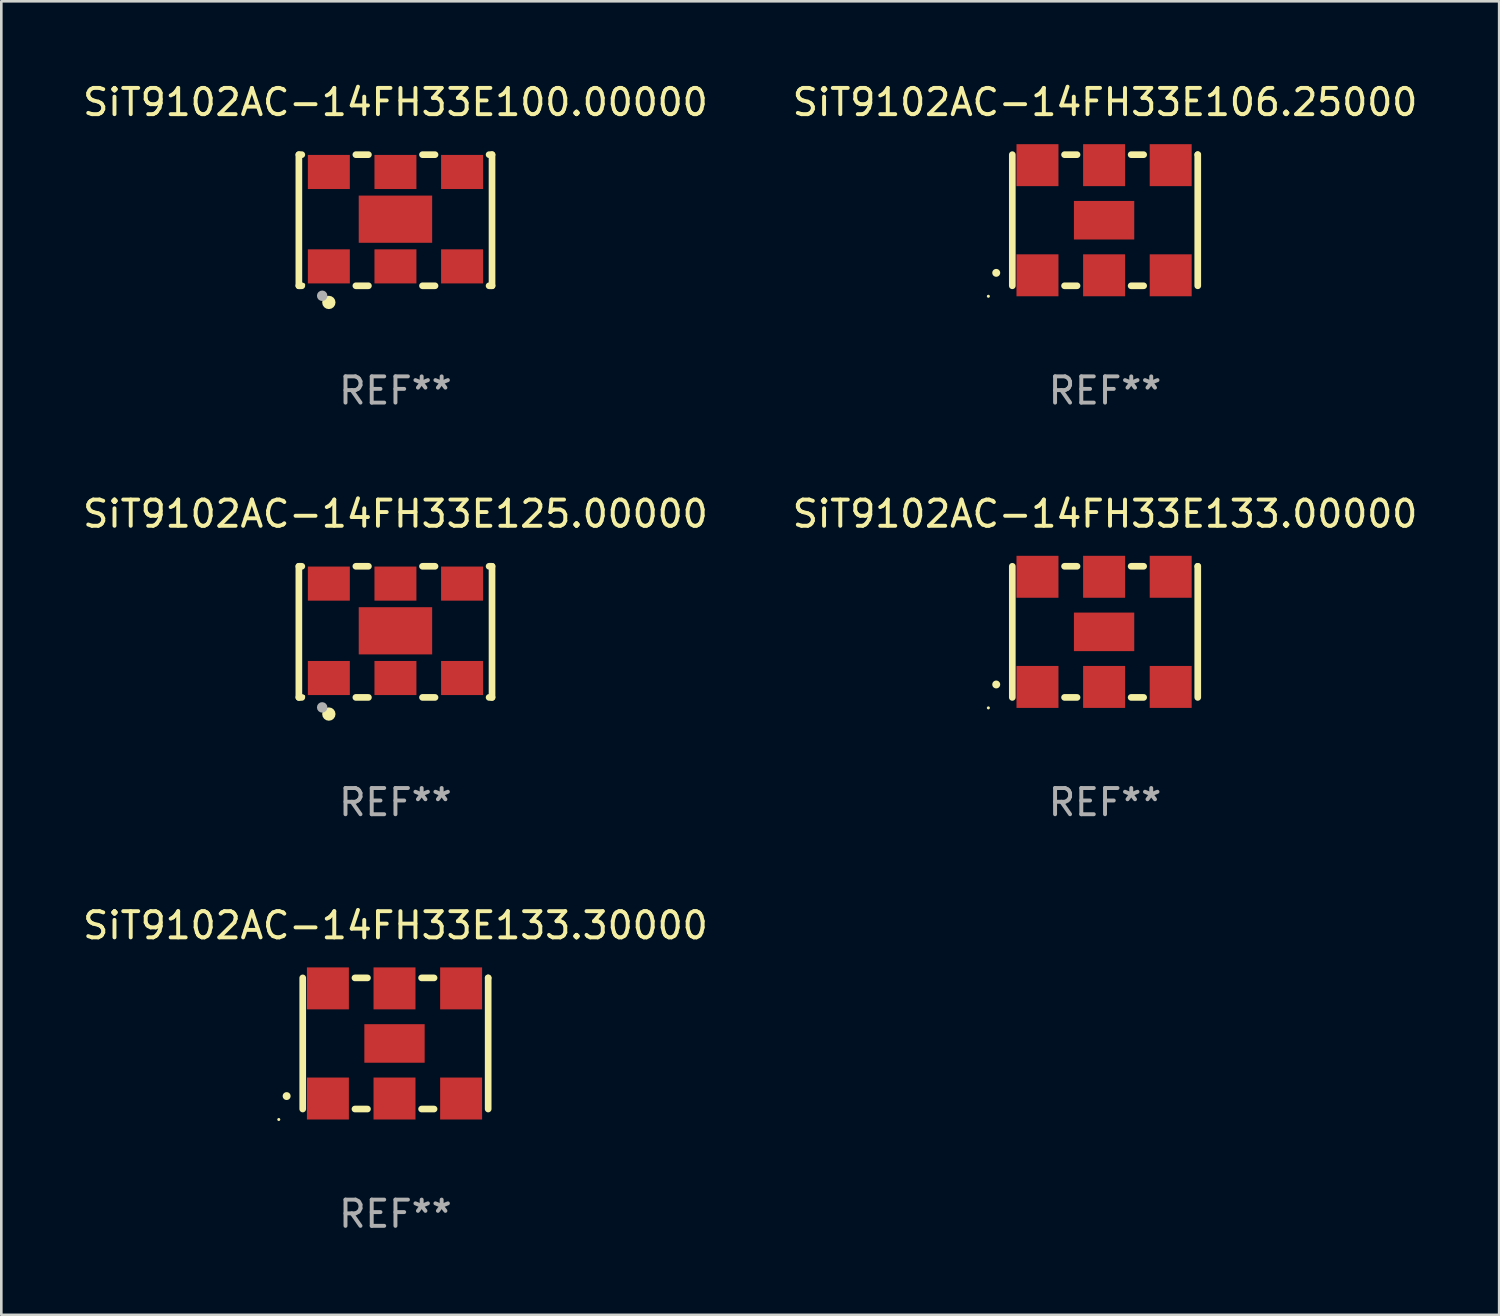
<source format=kicad_pcb>
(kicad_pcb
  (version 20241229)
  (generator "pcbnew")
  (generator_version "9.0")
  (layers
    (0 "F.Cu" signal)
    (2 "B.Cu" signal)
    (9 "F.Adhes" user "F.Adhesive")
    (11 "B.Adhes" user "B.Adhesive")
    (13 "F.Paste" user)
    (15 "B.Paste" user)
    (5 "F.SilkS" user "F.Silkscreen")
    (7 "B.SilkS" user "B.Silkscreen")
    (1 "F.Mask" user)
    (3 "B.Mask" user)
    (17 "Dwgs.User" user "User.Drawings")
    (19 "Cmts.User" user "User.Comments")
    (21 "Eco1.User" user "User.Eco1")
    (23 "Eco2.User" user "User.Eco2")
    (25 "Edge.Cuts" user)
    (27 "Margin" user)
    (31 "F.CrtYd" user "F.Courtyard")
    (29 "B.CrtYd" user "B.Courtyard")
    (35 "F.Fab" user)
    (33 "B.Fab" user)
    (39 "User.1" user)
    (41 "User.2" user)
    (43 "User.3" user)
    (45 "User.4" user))
  (footprint "SiT9102AC-14FH33E133.30000"
    (layer "F.Cu")
    (at 12.03 36.741)
    (property "Reference" "SiT9102AC-14FH33E133.30000" (at 0 -4.5 0) (layer "F.SilkS") (effects (font (size 1 1) (thickness 0.15))))
    (attr through_hole)
    (fp_line (start -3.536 -2.5) (end -3.536 2.5) (stroke (width 0.254) (type solid)) (layer "F.SilkS"))
    (fp_line (start -1.544 2.5) (end -1.067 2.5) (stroke (width 0.254) (type solid)) (layer "F.SilkS"))
    (fp_line (start -1.067 -2.5) (end -1.544 -2.5) (stroke (width 0.254) (type solid)) (layer "F.SilkS"))
    (fp_line (start 0.996 2.5) (end 1.473 2.5) (stroke (width 0.254) (type solid)) (layer "F.SilkS"))
    (fp_line (start 1.473 -2.5) (end 0.996 -2.5) (stroke (width 0.254) (type solid)) (layer "F.SilkS"))
    (fp_line (start 3.536 -2.5) (end 3.536 -2.5) (stroke (width 0.254) (type solid)) (layer "F.SilkS"))
    (fp_line (start 3.536 2.5) (end 3.536 -2.5) (stroke (width 0.254) (type solid)) (layer "F.SilkS"))
    (fp_arc (start -4.150432 2.006604) (mid -4.149162 2.006599) (end -4.147892 2.006604) (stroke (width 0.3) (type solid)) (layer "F.SilkS"))
    (fp_circle (center -4.449 2.9) (end -4.419 2.9) (stroke (width 0.06) (type solid)) (fill no) (layer "F.SilkS"))
    (fp_text user "REF**" (at 0 6.5 0) (layer "F.Fab") (effects (font (size 1 1) (thickness 0.15))))
    (pad "1" smd rect (at -2.576 2.1) (size 1.6 1.6) (layers "F.Cu" "F.Mask" "F.Paste"))
    (pad "2" smd rect (at -0.036 2.1) (size 1.6 1.6) (layers "F.Cu" "F.Mask" "F.Paste"))
    (pad "3" smd rect (at 2.504 2.1) (size 1.6 1.6) (layers "F.Cu" "F.Mask" "F.Paste"))
    (pad "4" smd rect (at 2.504 -2.1) (size 1.6 1.6) (layers "F.Cu" "F.Mask" "F.Paste"))
    (pad "5" smd rect (at -0.036 -2.1) (size 1.6 1.6) (layers "F.Cu" "F.Mask" "F.Paste"))
    (pad "6" smd rect (at -2.576 -2.1) (size 1.6 1.6) (layers "F.Cu" "F.Mask" "F.Paste"))
    (pad "7" smd rect (at -0.036 0) (size 2.3 1.47) (layers "F.Cu" "F.Mask" "F.Paste")))
  (footprint "SiT9102AC-14FH33E106.25000"
    (layer "F.Cu")
    (at 39.089 5.348)
    (property "Reference" "SiT9102AC-14FH33E106.25000" (at 0 -4.5 0) (layer "F.SilkS") (effects (font (size 1 1) (thickness 0.15))))
    (attr through_hole)
    (fp_line (start -3.536 -2.5) (end -3.536 2.5) (stroke (width 0.254) (type solid)) (layer "F.SilkS"))
    (fp_line (start -1.544 2.5) (end -1.067 2.5) (stroke (width 0.254) (type solid)) (layer "F.SilkS"))
    (fp_line (start -1.067 -2.5) (end -1.544 -2.5) (stroke (width 0.254) (type solid)) (layer "F.SilkS"))
    (fp_line (start 0.996 2.5) (end 1.473 2.5) (stroke (width 0.254) (type solid)) (layer "F.SilkS"))
    (fp_line (start 1.473 -2.5) (end 0.996 -2.5) (stroke (width 0.254) (type solid)) (layer "F.SilkS"))
    (fp_line (start 3.536 -2.5) (end 3.536 -2.5) (stroke (width 0.254) (type solid)) (layer "F.SilkS"))
    (fp_line (start 3.536 2.5) (end 3.536 -2.5) (stroke (width 0.254) (type solid)) (layer "F.SilkS"))
    (fp_arc (start -4.150432 2.006604) (mid -4.149162 2.006599) (end -4.147892 2.006604) (stroke (width 0.3) (type solid)) (layer "F.SilkS"))
    (fp_circle (center -4.449 2.9) (end -4.419 2.9) (stroke (width 0.06) (type solid)) (fill no) (layer "F.SilkS"))
    (fp_text user "REF**" (at 0 6.5 0) (layer "F.Fab") (effects (font (size 1 1) (thickness 0.15))))
    (pad "1" smd rect (at -2.576 2.1) (size 1.6 1.6) (layers "F.Cu" "F.Mask" "F.Paste"))
    (pad "2" smd rect (at -0.036 2.1) (size 1.6 1.6) (layers "F.Cu" "F.Mask" "F.Paste"))
    (pad "3" smd rect (at 2.504 2.1) (size 1.6 1.6) (layers "F.Cu" "F.Mask" "F.Paste"))
    (pad "4" smd rect (at 2.504 -2.1) (size 1.6 1.6) (layers "F.Cu" "F.Mask" "F.Paste"))
    (pad "5" smd rect (at -0.036 -2.1) (size 1.6 1.6) (layers "F.Cu" "F.Mask" "F.Paste"))
    (pad "6" smd rect (at -2.576 -2.1) (size 1.6 1.6) (layers "F.Cu" "F.Mask" "F.Paste"))
    (pad "7" smd rect (at -0.036 0) (size 2.3 1.47) (layers "F.Cu" "F.Mask" "F.Paste")))
  (footprint "SiT9102AC-14FH33E133.00000"
    (layer "F.Cu")
    (at 39.089 21.045)
    (property "Reference" "SiT9102AC-14FH33E133.00000" (at 0 -4.5 0) (layer "F.SilkS") (effects (font (size 1 1) (thickness 0.15))))
    (attr through_hole)
    (fp_line (start -3.536 -2.5) (end -3.536 2.5) (stroke (width 0.254) (type solid)) (layer "F.SilkS"))
    (fp_line (start -1.544 2.5) (end -1.067 2.5) (stroke (width 0.254) (type solid)) (layer "F.SilkS"))
    (fp_line (start -1.067 -2.5) (end -1.544 -2.5) (stroke (width 0.254) (type solid)) (layer "F.SilkS"))
    (fp_line (start 0.996 2.5) (end 1.473 2.5) (stroke (width 0.254) (type solid)) (layer "F.SilkS"))
    (fp_line (start 1.473 -2.5) (end 0.996 -2.5) (stroke (width 0.254) (type solid)) (layer "F.SilkS"))
    (fp_line (start 3.536 -2.5) (end 3.536 -2.5) (stroke (width 0.254) (type solid)) (layer "F.SilkS"))
    (fp_line (start 3.536 2.5) (end 3.536 -2.5) (stroke (width 0.254) (type solid)) (layer "F.SilkS"))
    (fp_arc (start -4.150432 2.006604) (mid -4.149162 2.006599) (end -4.147892 2.006604) (stroke (width 0.3) (type solid)) (layer "F.SilkS"))
    (fp_circle (center -4.449 2.9) (end -4.419 2.9) (stroke (width 0.06) (type solid)) (fill no) (layer "F.SilkS"))
    (fp_text user "REF**" (at 0 6.5 0) (layer "F.Fab") (effects (font (size 1 1) (thickness 0.15))))
    (pad "1" smd rect (at -2.576 2.1) (size 1.6 1.6) (layers "F.Cu" "F.Mask" "F.Paste"))
    (pad "2" smd rect (at -0.036 2.1) (size 1.6 1.6) (layers "F.Cu" "F.Mask" "F.Paste"))
    (pad "3" smd rect (at 2.504 2.1) (size 1.6 1.6) (layers "F.Cu" "F.Mask" "F.Paste"))
    (pad "4" smd rect (at 2.504 -2.1) (size 1.6 1.6) (layers "F.Cu" "F.Mask" "F.Paste"))
    (pad "5" smd rect (at -0.036 -2.1) (size 1.6 1.6) (layers "F.Cu" "F.Mask" "F.Paste"))
    (pad "6" smd rect (at -2.576 -2.1) (size 1.6 1.6) (layers "F.Cu" "F.Mask" "F.Paste"))
    (pad "7" smd rect (at -0.036 0) (size 2.3 1.47) (layers "F.Cu" "F.Mask" "F.Paste")))
  (footprint "SiT9102AC-14FH33E125.00000"
    (layer "F.Cu")
    (at 12.03 21.045)
    (property "Reference" "SiT9102AC-14FH33E125.00000" (at 0 -4.5 0) (layer "F.SilkS") (effects (font (size 1 1) (thickness 0.15))))
    (attr through_hole)
    (fp_line (start -3.683 -2.5) (end -3.571 -2.5) (stroke (width 0.254) (type solid)) (layer "F.SilkS"))
    (fp_line (start -3.683 2.5) (end -3.683 -2.5) (stroke (width 0.254) (type solid)) (layer "F.SilkS"))
    (fp_line (start -3.683 2.5) (end -3.571 2.5) (stroke (width 0.254) (type solid)) (layer "F.SilkS"))
    (fp_line (start -1.509 -2.5) (end -1.031 -2.5) (stroke (width 0.254) (type solid)) (layer "F.SilkS"))
    (fp_line (start -1.509 2.5) (end -1.031 2.5) (stroke (width 0.254) (type solid)) (layer "F.SilkS"))
    (fp_line (start 1.031 -2.5) (end 1.509 -2.5) (stroke (width 0.254) (type solid)) (layer "F.SilkS"))
    (fp_line (start 1.031 2.5) (end 1.509 2.5) (stroke (width 0.254) (type solid)) (layer "F.SilkS"))
    (fp_line (start 3.571 -2.5) (end 3.683 -2.5) (stroke (width 0.254) (type solid)) (layer "F.SilkS"))
    (fp_line (start 3.571 2.5) (end 3.683 2.5) (stroke (width 0.254) (type solid)) (layer "F.SilkS"))
    (fp_line (start 3.683 2.5) (end 3.683 -2.5) (stroke (width 0.254) (type solid)) (layer "F.SilkS"))
    (fp_circle (center -3.5 2.46) (end -3.47 2.46) (stroke (width 0.06) (type solid)) (fill no) (layer "F.SilkS"))
    (fp_circle (center -2.54 3.135) (end -2.413 3.135) (stroke (width 0.254) (type solid)) (fill no) (layer "F.SilkS"))
    (fp_circle (center -2.794 2.881) (end -2.694 2.881) (stroke (width 0.2) (type solid)) (fill no) (layer "F.Fab"))
    (fp_text user "REF**" (at 0 6.5 0) (layer "F.Fab") (effects (font (size 1 1) (thickness 0.15))))
    (pad "1" smd rect (at -2.54 1.76) (size 1.6 1.3) (layers "F.Cu" "F.Mask" "F.Paste"))
    (pad "2" smd rect (at 0 1.76) (size 1.6 1.3) (layers "F.Cu" "F.Mask" "F.Paste"))
    (pad "3" smd rect (at 2.54 1.76) (size 1.6 1.3) (layers "F.Cu" "F.Mask" "F.Paste"))
    (pad "4" smd rect (at 2.54 -1.84) (size 1.6 1.3) (layers "F.Cu" "F.Mask" "F.Paste"))
    (pad "5" smd rect (at 0 -1.84) (size 1.6 1.3) (layers "F.Cu" "F.Mask" "F.Paste"))
    (pad "6" smd rect (at -2.54 -1.84) (size 1.6 1.3) (layers "F.Cu" "F.Mask" "F.Paste"))
    (pad "7" smd rect (at 0 -0.04) (size 2.8 1.8) (layers "F.Cu" "F.Mask" "F.Paste")))
  (footprint "SiT9102AC-14FH33E100.00000"
    (layer "F.Cu")
    (at 12.03 5.348)
    (property "Reference" "SiT9102AC-14FH33E100.00000" (at 0 -4.5 0) (layer "F.SilkS") (effects (font (size 1 1) (thickness 0.15))))
    (attr through_hole)
    (fp_line (start -3.683 -2.5) (end -3.571 -2.5) (stroke (width 0.254) (type solid)) (layer "F.SilkS"))
    (fp_line (start -3.683 2.5) (end -3.683 -2.5) (stroke (width 0.254) (type solid)) (layer "F.SilkS"))
    (fp_line (start -3.683 2.5) (end -3.571 2.5) (stroke (width 0.254) (type solid)) (layer "F.SilkS"))
    (fp_line (start -1.509 -2.5) (end -1.031 -2.5) (stroke (width 0.254) (type solid)) (layer "F.SilkS"))
    (fp_line (start -1.509 2.5) (end -1.031 2.5) (stroke (width 0.254) (type solid)) (layer "F.SilkS"))
    (fp_line (start 1.031 -2.5) (end 1.509 -2.5) (stroke (width 0.254) (type solid)) (layer "F.SilkS"))
    (fp_line (start 1.031 2.5) (end 1.509 2.5) (stroke (width 0.254) (type solid)) (layer "F.SilkS"))
    (fp_line (start 3.571 -2.5) (end 3.683 -2.5) (stroke (width 0.254) (type solid)) (layer "F.SilkS"))
    (fp_line (start 3.571 2.5) (end 3.683 2.5) (stroke (width 0.254) (type solid)) (layer "F.SilkS"))
    (fp_line (start 3.683 2.5) (end 3.683 -2.5) (stroke (width 0.254) (type solid)) (layer "F.SilkS"))
    (fp_circle (center -3.5 2.46) (end -3.47 2.46) (stroke (width 0.06) (type solid)) (fill no) (layer "F.SilkS"))
    (fp_circle (center -2.54 3.135) (end -2.413 3.135) (stroke (width 0.254) (type solid)) (fill no) (layer "F.SilkS"))
    (fp_circle (center -2.794 2.881) (end -2.694 2.881) (stroke (width 0.2) (type solid)) (fill no) (layer "F.Fab"))
    (fp_text user "REF**" (at 0 6.5 0) (layer "F.Fab") (effects (font (size 1 1) (thickness 0.15))))
    (pad "1" smd rect (at -2.54 1.76) (size 1.6 1.3) (layers "F.Cu" "F.Mask" "F.Paste"))
    (pad "2" smd rect (at 0 1.76) (size 1.6 1.3) (layers "F.Cu" "F.Mask" "F.Paste"))
    (pad "3" smd rect (at 2.54 1.76) (size 1.6 1.3) (layers "F.Cu" "F.Mask" "F.Paste"))
    (pad "4" smd rect (at 2.54 -1.84) (size 1.6 1.3) (layers "F.Cu" "F.Mask" "F.Paste"))
    (pad "5" smd rect (at 0 -1.84) (size 1.6 1.3) (layers "F.Cu" "F.Mask" "F.Paste"))
    (pad "6" smd rect (at -2.54 -1.84) (size 1.6 1.3) (layers "F.Cu" "F.Mask" "F.Paste"))
    (pad "7" smd rect (at 0 -0.04) (size 2.8 1.8) (layers "F.Cu" "F.Mask" "F.Paste")))
  (gr_rect
    (start -3 -3)
    (end 54.119 47.09)
    (stroke (width 0.1) (type default))
    (fill no)
    (layer "Edge.Cuts")))
</source>
